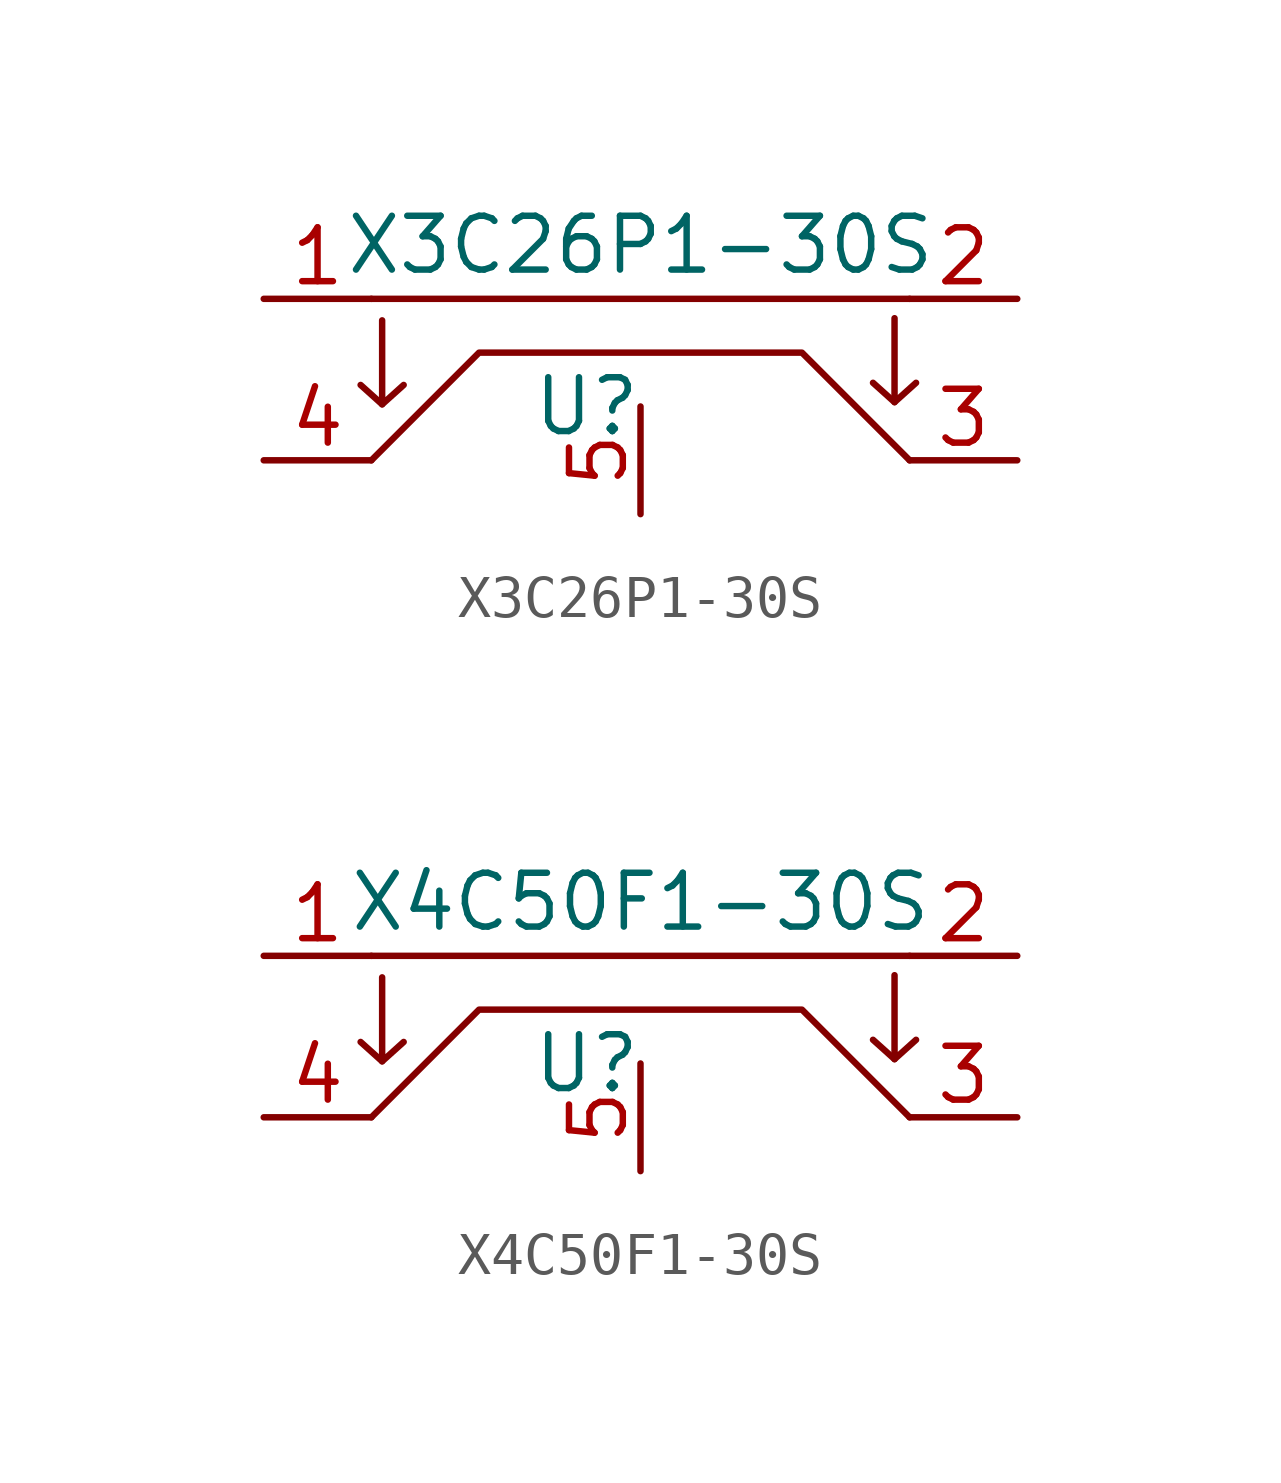
<source format=kicad_sym>
(kicad_symbol_lib
  (version 20220914)
  (generator kicad_symbol_editor)
  (symbol "X3C26P1-30S"
    (pin_names hide)
    (property "Reference" "U"
      (at -1.27 -2.54 0)
      (effects (font (size 1.27 1.27))))
    (property "Value" "X3C26P1-30S"
      (at 0 1.27 0)
      (effects (font (size 1.27 1.27))))
    (symbol "X3C26P1-30S_0_1"
      (polyline (pts (xy -6.35 0) (xy 6.35 0)) (stroke (width 0) (type default)) (fill (type none)))
      (polyline (pts (xy -6.096 -2.489) (xy -6.604 -2.032)) (stroke (width 0) (type default)) (fill (type none)))
      (polyline (pts (xy 5.994 -2.438) (xy 5.486 -1.981)) (stroke (width 0) (type default)) (fill (type none)))
      (polyline (pts (xy -6.096 -0.508) (xy -6.096 -2.489) (xy -5.588 -2.032)) (stroke (width 0) (type default)) (fill (type none)))
      (polyline (pts (xy 5.994 -0.457) (xy 5.994 -2.438) (xy 6.502 -1.981)) (stroke (width 0) (type default)) (fill (type none)))
      (polyline (pts (xy -6.35 -3.81) (xy -3.81 -1.27) (xy 3.81 -1.27) (xy 6.35 -3.81)) (stroke (width 0) (type default)) (fill (type none))))
    (symbol "X3C26P1-30S_1_1"
      (pin bidirectional line (at -8.89 0 0) (length 2.54) (name "1" (effects (font (size 1.27 1.27)))) (number "1" (effects (font (size 1.27 1.27)))))
      (pin bidirectional line (at 8.89 0 180) (length 2.54) (name "2" (effects (font (size 1.27 1.27)))) (number "2" (effects (font (size 1.27 1.27)))))
      (pin bidirectional line (at 8.89 -3.81 180) (length 2.54) (name "3" (effects (font (size 1.27 1.27)))) (number "3" (effects (font (size 1.27 1.27)))))
      (pin bidirectional line (at -8.89 -3.81 0) (length 2.54) (name "4" (effects (font (size 1.27 1.27)))) (number "4" (effects (font (size 1.27 1.27)))))
      (pin power_in line (at 0 -5.08 90) (length 2.54) (name "GND" (effects (font (size 1.27 1.27)))) (number "5" (effects (font (size 1.27 1.27)))))))
  (symbol "X4C50F1-30S"
    (pin_names hide)
    (property "Reference" "U"
      (at -1.27 -2.54 0)
      (effects (font (size 1.27 1.27))))
    (property "Value" "X4C50F1-30S"
      (at 0 1.27 0)
      (effects (font (size 1.27 1.27))))
    (symbol "X4C50F1-30S_0_1"
      (polyline (pts (xy -6.35 0) (xy 6.35 0)) (stroke (width 0) (type default)) (fill (type none)))
      (polyline (pts (xy -6.096 -2.489) (xy -6.604 -2.032)) (stroke (width 0) (type default)) (fill (type none)))
      (polyline (pts (xy 5.994 -2.438) (xy 5.486 -1.981)) (stroke (width 0) (type default)) (fill (type none)))
      (polyline (pts (xy -6.096 -0.508) (xy -6.096 -2.489) (xy -5.588 -2.032)) (stroke (width 0) (type default)) (fill (type none)))
      (polyline (pts (xy 5.994 -0.457) (xy 5.994 -2.438) (xy 6.502 -1.981)) (stroke (width 0) (type default)) (fill (type none)))
      (polyline (pts (xy -6.35 -3.81) (xy -3.81 -1.27) (xy 3.81 -1.27) (xy 6.35 -3.81)) (stroke (width 0) (type default)) (fill (type none))))
    (symbol "X4C50F1-30S_1_1"
      (pin bidirectional line (at -8.89 0 0) (length 2.54) (name "1" (effects (font (size 1.27 1.27)))) (number "1" (effects (font (size 1.27 1.27)))))
      (pin bidirectional line (at 8.89 0 180) (length 2.54) (name "2" (effects (font (size 1.27 1.27)))) (number "2" (effects (font (size 1.27 1.27)))))
      (pin bidirectional line (at 8.89 -3.81 180) (length 2.54) (name "3" (effects (font (size 1.27 1.27)))) (number "3" (effects (font (size 1.27 1.27)))))
      (pin bidirectional line (at -8.89 -3.81 0) (length 2.54) (name "4" (effects (font (size 1.27 1.27)))) (number "4" (effects (font (size 1.27 1.27)))))
      (pin power_in line (at 0 -5.08 90) (length 2.54) (name "GND" (effects (font (size 1.27 1.27)))) (number "5" (effects (font (size 1.27 1.27))))))))
</source>
